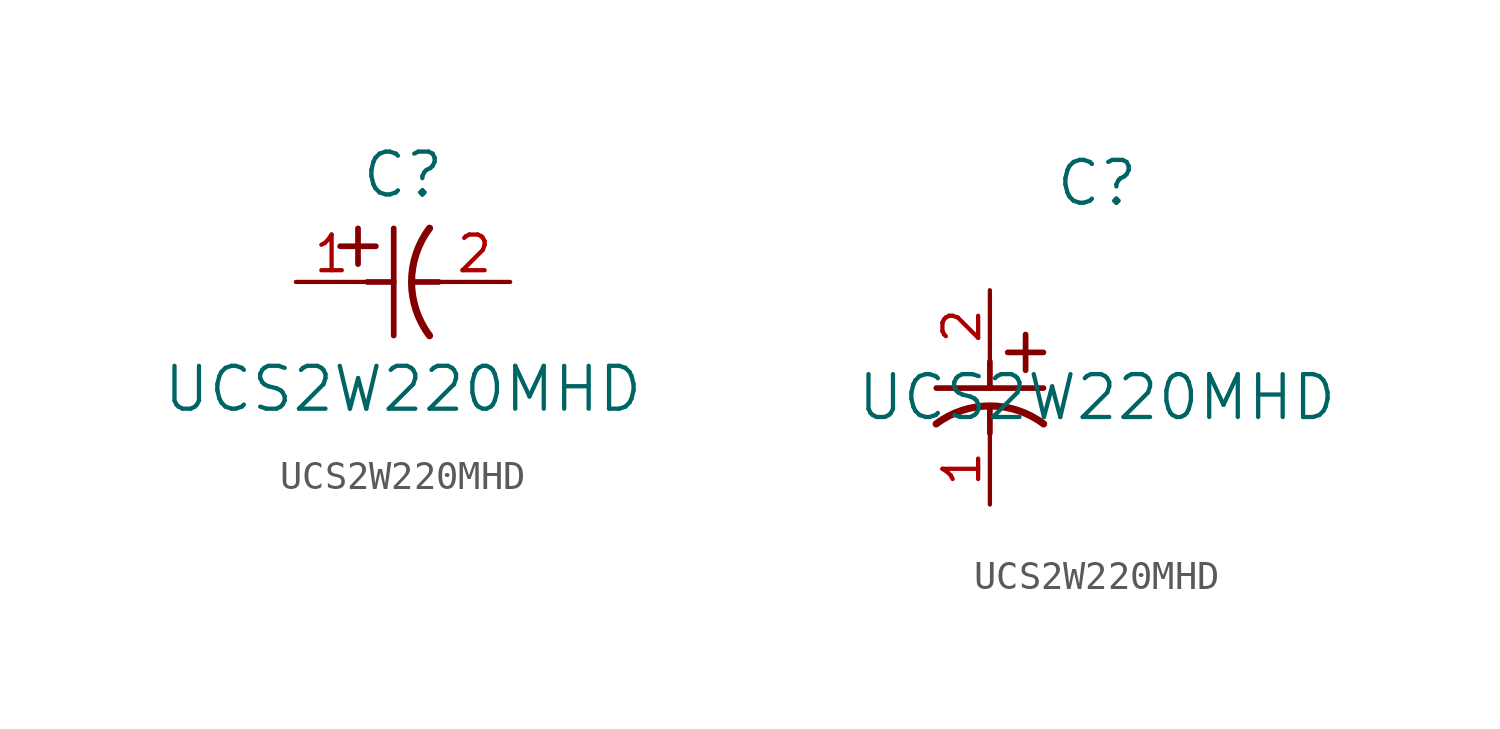
<source format=kicad_sym>
(kicad_symbol_lib
  (version 20211014)
  (generator kicad_symbol_editor)
  (symbol "UCS2W220MHD"
    (pin_names
      (offset 0.254))
    (property "Reference" "C"
      (at 3.81 3.81 0)
      (effects (font (size 1.524 1.524))))
    (property "Value" "UCS2W220MHD"
      (at 3.81 -3.81 0)
      (effects (font (size 1.524 1.524))))
    (symbol "UCS2W220MHD_1_1"
      (polyline (pts (xy 2.21 0.635) (xy 2.21 1.905)) (stroke (width 0.203) (type default) (color 0 0 0 0)) (fill (type none)))
      (arc (start 4.754132 1.910763) (mid 4.1148 0) (end 4.754132 -1.910763) (stroke (width 0.254) (type default) (color 0 0 0 0)) (fill (type none)))
      (polyline (pts (xy 4.115 0) (xy 5.08 0)) (stroke (width 0.203) (type default) (color 0 0 0 0)) (fill (type none)))
      (polyline (pts (xy 3.48 -1.905) (xy 3.48 1.905)) (stroke (width 0.203) (type default) (color 0 0 0 0)) (fill (type none)))
      (polyline (pts (xy 1.575 1.27) (xy 2.845 1.27)) (stroke (width 0.203) (type default) (color 0 0 0 0)) (fill (type none)))
      (polyline (pts (xy 2.54 0) (xy 3.48 0)) (stroke (width 0.203) (type default) (color 0 0 0 0)) (fill (type none)))
      (pin unspecified line (at 0 0 0) (length 2.54) (name "" (effects (font (size 1.27 1.27)))) (number "1" (effects (font (size 1.27 1.27)))))
      (pin unspecified line (at 7.62 0 180) (length 2.54) (name "" (effects (font (size 1.27 1.27)))) (number "2" (effects (font (size 1.27 1.27))))))
    (symbol "UCS2W220MHD_1_2"
      (polyline (pts (xy 0 -2.54) (xy 0 -3.48)) (stroke (width 0.203) (type default) (color 0 0 0 0)) (fill (type none)))
      (arc (start 1.910763 -4.754132) (mid 0 -4.1148) (end -1.910763 -4.754132) (stroke (width 0.254) (type default) (color 0 0 0 0)) (fill (type none)))
      (polyline (pts (xy -1.905 -3.48) (xy 1.905 -3.48)) (stroke (width 0.203) (type default) (color 0 0 0 0)) (fill (type none)))
      (polyline (pts (xy 0.635 -2.21) (xy 1.905 -2.21)) (stroke (width 0.203) (type default) (color 0 0 0 0)) (fill (type none)))
      (polyline (pts (xy 1.27 -1.575) (xy 1.27 -2.845)) (stroke (width 0.203) (type default) (color 0 0 0 0)) (fill (type none)))
      (polyline (pts (xy 0 -4.115) (xy 0 -5.08)) (stroke (width 0.203) (type default) (color 0 0 0 0)) (fill (type none)))
      (pin unspecified line (at 0 -7.62 90) (length 2.54) (name "" (effects (font (size 1.27 1.27)))) (number "1" (effects (font (size 1.27 1.27)))))
      (pin unspecified line (at 0 0 270) (length 2.54) (name "" (effects (font (size 1.27 1.27)))) (number "2" (effects (font (size 1.27 1.27))))))))
</source>
